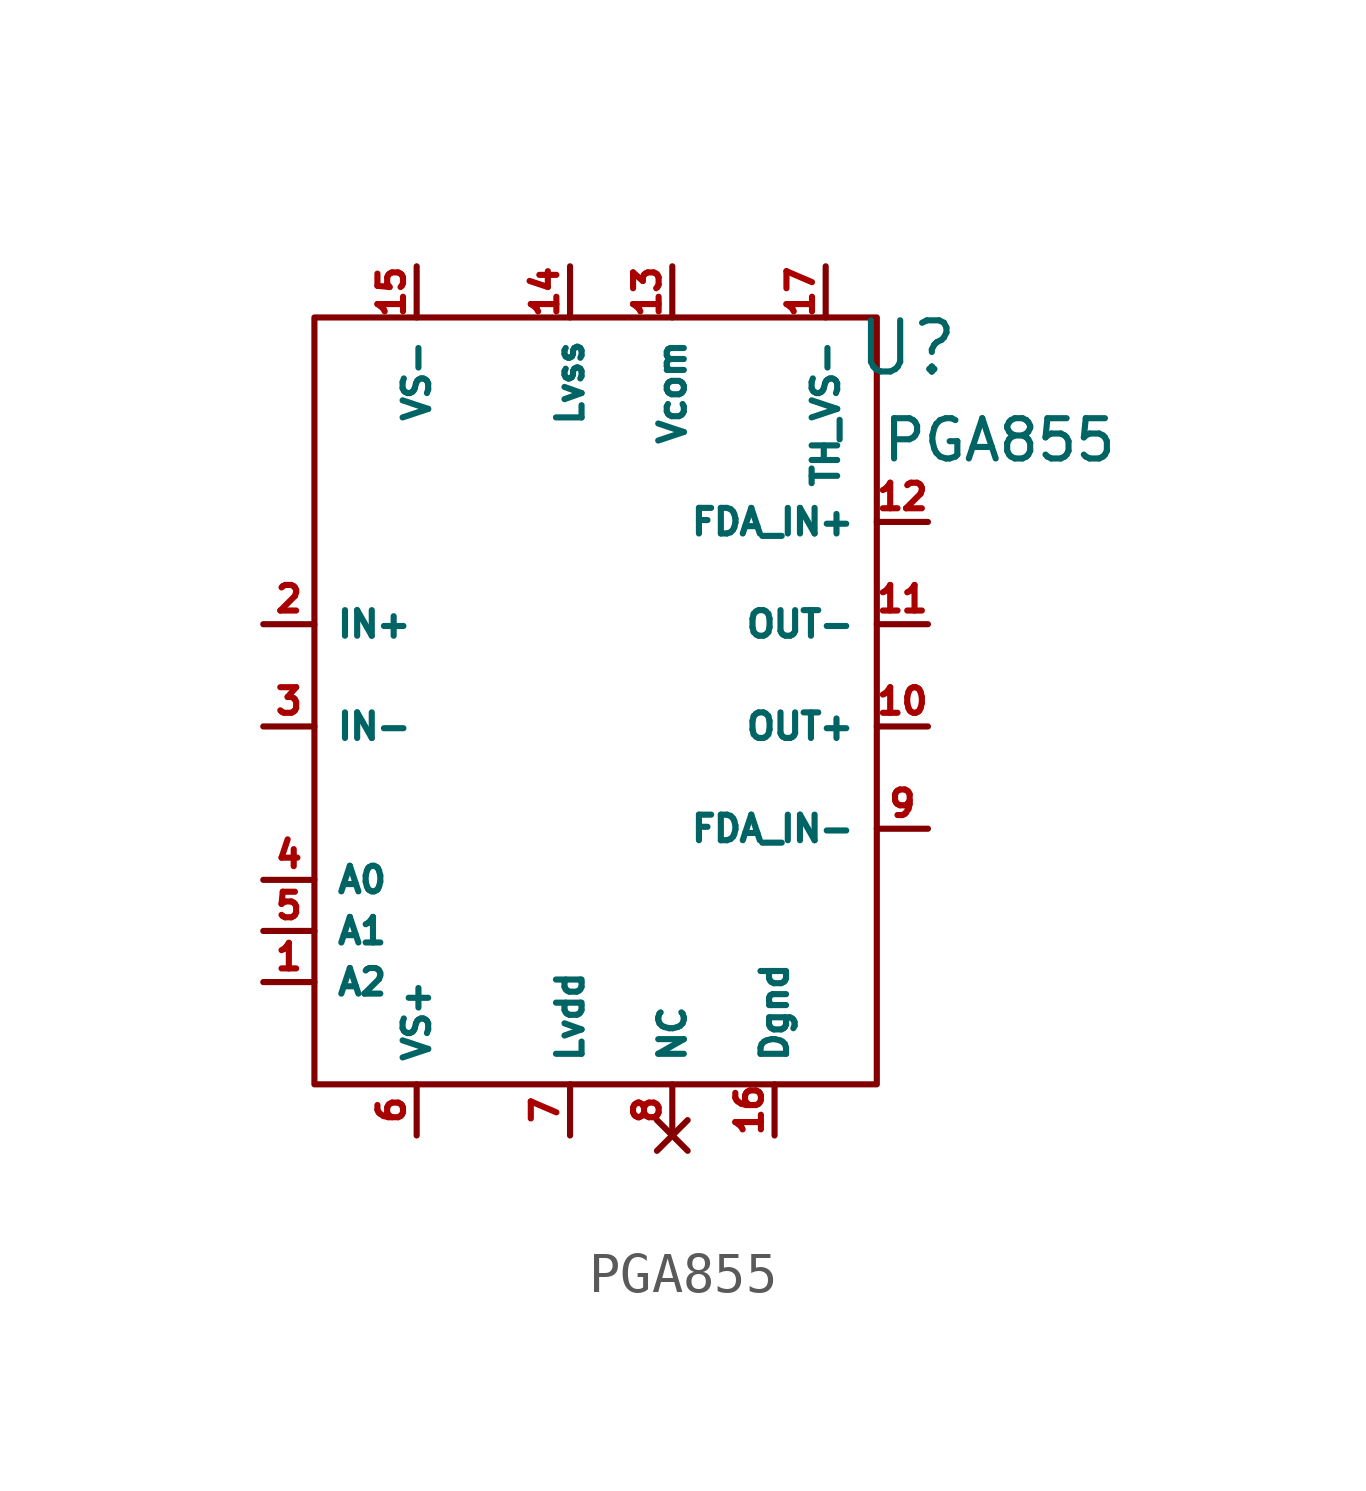
<source format=kicad_sym>
(kicad_symbol_lib
  (version 20241209)
  (generator "kicad_symbol_editor")
  (generator_version "9.0")
  (symbol "PGA855"
    (property "Reference" "U"
      (at 8.382 8.128 0)
      (effects (font (size 1.27 1.27))))
    (property "Value" "PGA855"
      (at 10.668 5.842 0)
      (effects (font (size 1 1))))
    (symbol "PGA855_0_1"
      (rectangle (start -6.35 8.89) (end 7.62 -10.16) (stroke (width 0) (type default)) (fill (type none))))
    (symbol "PGA855_1_1"
      (pin input line (at -7.62 1.27 0) (length 1.27) (name "IN+" (effects (font (size 0.635 0.635)))) (number "2" (effects (font (size 0.635 0.635)))))
      (pin input line (at -7.62 -1.27 0) (length 1.27) (name "IN-" (effects (font (size 0.635 0.635)))) (number "3" (effects (font (size 0.635 0.635)))))
      (pin input line (at -7.62 -5.08 0) (length 1.27) (name "A0" (effects (font (size 0.635 0.635)))) (number "4" (effects (font (size 0.635 0.635)))))
      (pin input line (at -7.62 -6.35 0) (length 1.27) (name "A1" (effects (font (size 0.635 0.635)))) (number "5" (effects (font (size 0.635 0.635)))))
      (pin input line (at -7.62 -7.62 0) (length 1.27) (name "A2" (effects (font (size 0.635 0.635)))) (number "1" (effects (font (size 0.635 0.635)))))
      (pin power_in line (at -3.81 10.16 270) (length 1.27) (name "VS-" (effects (font (size 0.635 0.635)))) (number "15" (effects (font (size 0.635 0.635)))))
      (pin power_in line (at -3.81 -11.43 90) (length 1.27) (name "VS+" (effects (font (size 0.635 0.635)))) (number "6" (effects (font (size 0.635 0.635)))))
      (pin power_in line (at 0 10.16 270) (length 1.27) (name "Lvss" (effects (font (size 0.635 0.635)))) (number "14" (effects (font (size 0.635 0.635)))))
      (pin power_in line (at 0 -11.43 90) (length 1.27) (name "Lvdd" (effects (font (size 0.635 0.635)))) (number "7" (effects (font (size 0.635 0.635)))))
      (pin power_in line (at 2.54 10.16 270) (length 1.27) (name "Vcom" (effects (font (size 0.635 0.635)))) (number "13" (effects (font (size 0.635 0.635)))))
      (pin no_connect line (at 2.54 -11.43 90) (length 1.27) (name "NC" (effects (font (size 0.635 0.635)))) (number "8" (effects (font (size 0.635 0.635)))))
      (pin power_in line (at 5.08 -11.43 90) (length 1.27) (name "Dgnd" (effects (font (size 0.635 0.635)))) (number "16" (effects (font (size 0.635 0.635)))))
      (pin power_in line (at 6.35 10.16 270) (length 1.27) (name "TH_VS-" (effects (font (size 0.635 0.635)))) (number "17" (effects (font (size 0.635 0.635)))))
      (pin input line (at 8.89 3.81 180) (length 1.27) (name "FDA_IN+" (effects (font (size 0.635 0.635)))) (number "12" (effects (font (size 0.635 0.635)))))
      (pin output line (at 8.89 1.27 180) (length 1.27) (name "OUT-" (effects (font (size 0.635 0.635)))) (number "11" (effects (font (size 0.635 0.635)))))
      (pin output line (at 8.89 -1.27 180) (length 1.27) (name "OUT+" (effects (font (size 0.635 0.635)))) (number "10" (effects (font (size 0.635 0.635)))))
      (pin input line (at 8.89 -3.81 180) (length 1.27) (name "FDA_IN-" (effects (font (size 0.635 0.635)))) (number "9" (effects (font (size 0.635 0.635))))))))
</source>
